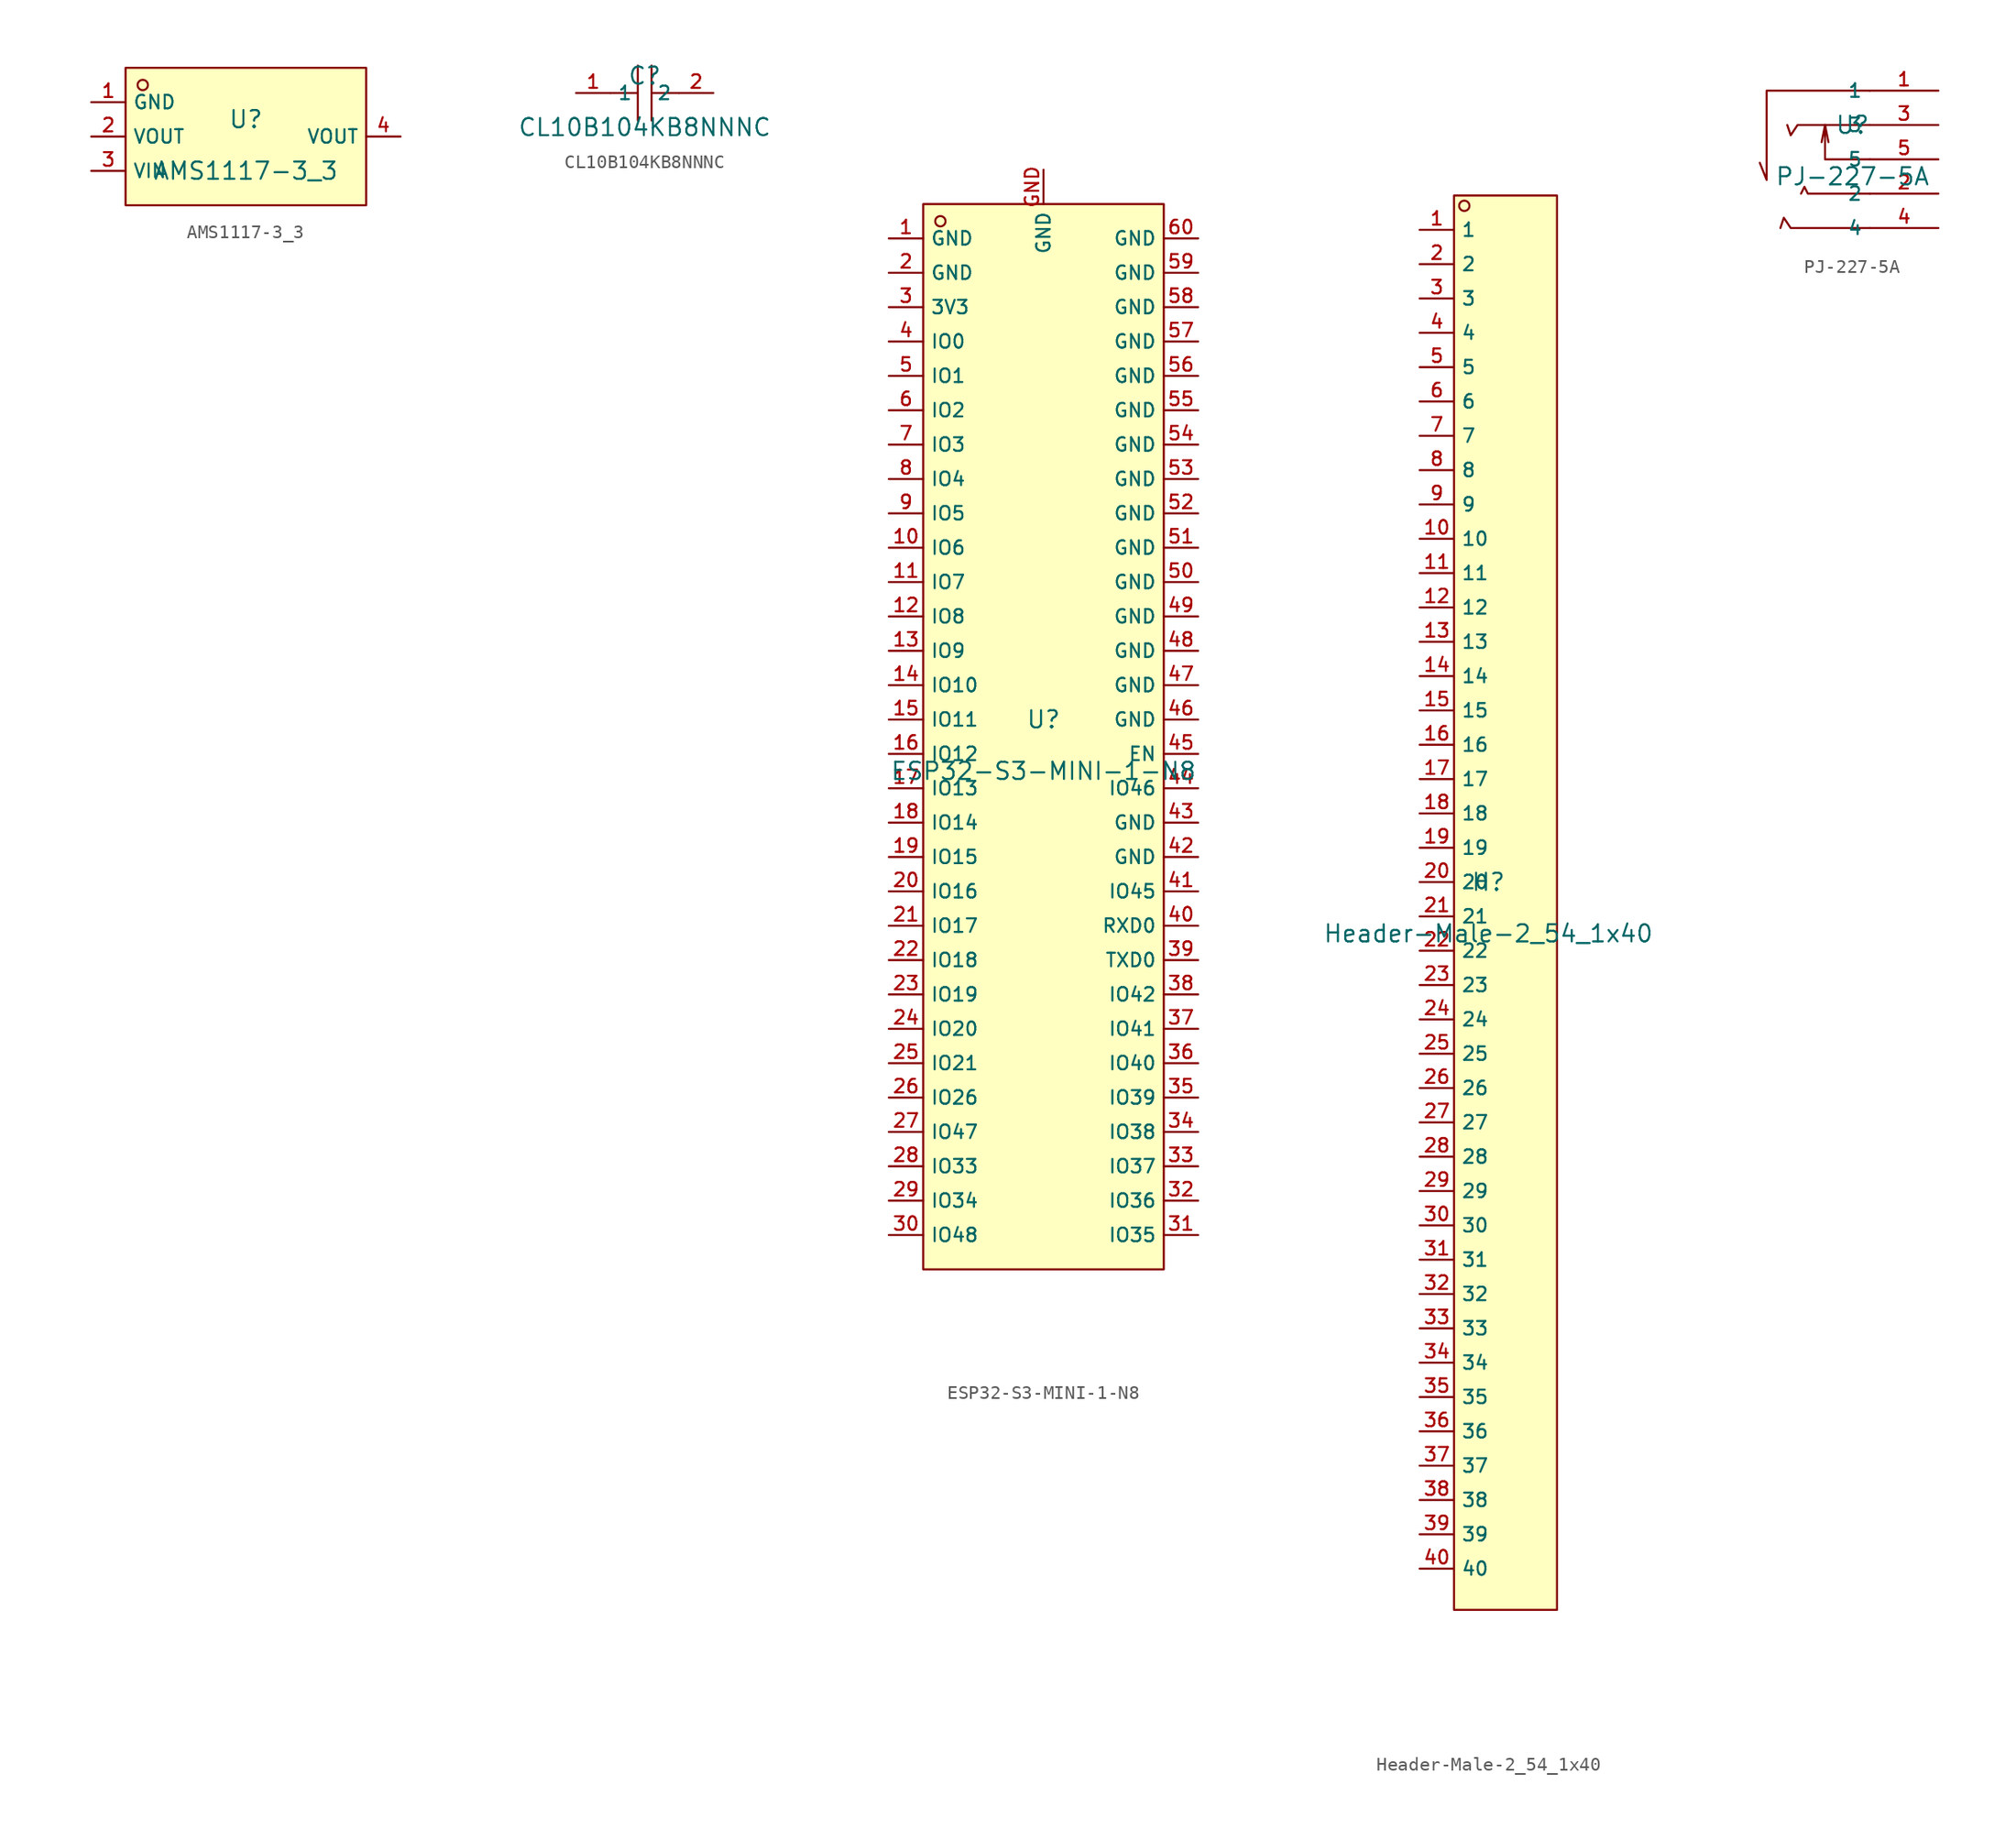
<source format=kicad_sym>
(kicad_symbol_lib
  (version 20210201)
  (generator TousstNicolas/JLC2KiCad_lib)
  (symbol "AMS1117-3_3"
    (property "Reference" "U"
      (at 0 1.27 0)
      (effects (font (size 1.27 1.27))))
    (property "Value" "AMS1117-3_3"
      (at 0 -2.54 0)
      (effects (font (size 1.27 1.27))))
    (symbol "AMS1117-3_3_0_1"
      (rectangle (start -8.89 5.08) (end 8.89 -5.08) (stroke (width 0) (type default) (color 0 0 0 0)) (fill (type background)))
      (circle (center -7.62 3.81) (radius 0.381) (stroke (width 0) (type default) (color 0 0 0 0)) (fill (type background)))
      (pin unspecified line (at -11.43 2.54 0) (length 2.54) (name "GND" (effects (font (size 1 1)))) (number "1" (effects (font (size 1 1)))))
      (pin unspecified line (at -11.43 -0.0 0) (length 2.54) (name "VOUT" (effects (font (size 1 1)))) (number "2" (effects (font (size 1 1)))))
      (pin unspecified line (at -11.43 -2.54 0) (length 2.54) (name "VIN" (effects (font (size 1 1)))) (number "3" (effects (font (size 1 1)))))
      (pin unspecified line (at 11.43 -0.0 180) (length 2.54) (name "VOUT" (effects (font (size 1 1)))) (number "4" (effects (font (size 1 1)))))))
  (symbol "CL10B104KB8NNNC"
    (property "Reference" "C"
      (at 0 1.27 0)
      (effects (font (size 1.27 1.27))))
    (property "Value" "CL10B104KB8NNNC"
      (at 0 -2.54 0)
      (effects (font (size 1.27 1.27))))
    (symbol "CL10B104KB8NNNC_0_1"
      (polyline (pts (xy -0.508 -2.032) (xy -0.508 2.032)) (stroke (width 0) (type default) (color 0 0 0 0)) (fill (type none)))
      (pin unspecified line (at -5.08 -0.0 0) (length 2.54) (name "1" (effects (font (size 1 1)))) (number "1" (effects (font (size 1 1)))))
      (polyline (pts (xy 2.54 -0.0) (xy 0.508 -0.0)) (stroke (width 0) (type default) (color 0 0 0 0)) (fill (type none)))
      (polyline (pts (xy 0.508 2.032) (xy 0.508 -2.032)) (stroke (width 0) (type default) (color 0 0 0 0)) (fill (type none)))
      (pin unspecified line (at 5.08 -0.0 180) (length 2.54) (name "2" (effects (font (size 1 1)))) (number "2" (effects (font (size 1 1)))))
      (polyline (pts (xy -0.508 -0.0) (xy -2.54 -0.0)) (stroke (width 0) (type default) (color 0 0 0 0)) (fill (type none)))))
  (symbol "ESP32-S3-MINI-1-N8"
    (property "Reference" "U"
      (at 0 1.27 0)
      (effects (font (size 1.27 1.27))))
    (property "Value" "ESP32-S3-MINI-1-N8"
      (at 0 -2.54 0)
      (effects (font (size 1.27 1.27))))
    (symbol "ESP32-S3-MINI-1-N8_0_1"
      (rectangle (start -8.89 39.37) (end 8.89 -39.37) (stroke (width 0) (type default) (color 0 0 0 0)) (fill (type background)))
      (circle (center -7.62 38.1) (radius 0.381) (stroke (width 0) (type default) (color 0 0 0 0)) (fill (type background)))
      (pin unspecified line (at -11.43 36.83 0) (length 2.54) (name "GND" (effects (font (size 1 1)))) (number "1" (effects (font (size 1 1)))))
      (pin unspecified line (at -11.43 34.29 0) (length 2.54) (name "GND" (effects (font (size 1 1)))) (number "2" (effects (font (size 1 1)))))
      (pin unspecified line (at -11.43 31.75 0) (length 2.54) (name "3V3" (effects (font (size 1 1)))) (number "3" (effects (font (size 1 1)))))
      (pin unspecified line (at -11.43 29.21 0) (length 2.54) (name "IO0" (effects (font (size 1 1)))) (number "4" (effects (font (size 1 1)))))
      (pin unspecified line (at -11.43 26.67 0) (length 2.54) (name "IO1" (effects (font (size 1 1)))) (number "5" (effects (font (size 1 1)))))
      (pin unspecified line (at -11.43 24.13 0) (length 2.54) (name "IO2" (effects (font (size 1 1)))) (number "6" (effects (font (size 1 1)))))
      (pin unspecified line (at -11.43 21.59 0) (length 2.54) (name "IO3" (effects (font (size 1 1)))) (number "7" (effects (font (size 1 1)))))
      (pin unspecified line (at -11.43 19.05 0) (length 2.54) (name "IO4" (effects (font (size 1 1)))) (number "8" (effects (font (size 1 1)))))
      (pin unspecified line (at -11.43 16.51 0) (length 2.54) (name "IO5" (effects (font (size 1 1)))) (number "9" (effects (font (size 1 1)))))
      (pin unspecified line (at -11.43 13.97 0) (length 2.54) (name "IO6" (effects (font (size 1 1)))) (number "10" (effects (font (size 1 1)))))
      (pin unspecified line (at -11.43 11.43 0) (length 2.54) (name "IO7" (effects (font (size 1 1)))) (number "11" (effects (font (size 1 1)))))
      (pin unspecified line (at -11.43 8.89 0) (length 2.54) (name "IO8" (effects (font (size 1 1)))) (number "12" (effects (font (size 1 1)))))
      (pin unspecified line (at -11.43 6.35 0) (length 2.54) (name "IO9" (effects (font (size 1 1)))) (number "13" (effects (font (size 1 1)))))
      (pin unspecified line (at -11.43 3.81 0) (length 2.54) (name "IO10" (effects (font (size 1 1)))) (number "14" (effects (font (size 1 1)))))
      (pin unspecified line (at -11.43 1.27 0) (length 2.54) (name "IO11" (effects (font (size 1 1)))) (number "15" (effects (font (size 1 1)))))
      (pin unspecified line (at -11.43 -1.27 0) (length 2.54) (name "IO12" (effects (font (size 1 1)))) (number "16" (effects (font (size 1 1)))))
      (pin unspecified line (at -11.43 -3.81 0) (length 2.54) (name "IO13" (effects (font (size 1 1)))) (number "17" (effects (font (size 1 1)))))
      (pin unspecified line (at -11.43 -6.35 0) (length 2.54) (name "IO14" (effects (font (size 1 1)))) (number "18" (effects (font (size 1 1)))))
      (pin unspecified line (at -11.43 -8.89 0) (length 2.54) (name "IO15" (effects (font (size 1 1)))) (number "19" (effects (font (size 1 1)))))
      (pin unspecified line (at -11.43 -11.43 0) (length 2.54) (name "IO16" (effects (font (size 1 1)))) (number "20" (effects (font (size 1 1)))))
      (pin unspecified line (at -11.43 -13.97 0) (length 2.54) (name "IO17" (effects (font (size 1 1)))) (number "21" (effects (font (size 1 1)))))
      (pin unspecified line (at -11.43 -16.51 0) (length 2.54) (name "IO18" (effects (font (size 1 1)))) (number "22" (effects (font (size 1 1)))))
      (pin unspecified line (at -11.43 -19.05 0) (length 2.54) (name "IO19" (effects (font (size 1 1)))) (number "23" (effects (font (size 1 1)))))
      (pin unspecified line (at -11.43 -21.59 0) (length 2.54) (name "IO20" (effects (font (size 1 1)))) (number "24" (effects (font (size 1 1)))))
      (pin unspecified line (at -11.43 -24.13 0) (length 2.54) (name "IO21" (effects (font (size 1 1)))) (number "25" (effects (font (size 1 1)))))
      (pin unspecified line (at -11.43 -26.67 0) (length 2.54) (name "IO26" (effects (font (size 1 1)))) (number "26" (effects (font (size 1 1)))))
      (pin unspecified line (at -11.43 -29.21 0) (length 2.54) (name "IO47" (effects (font (size 1 1)))) (number "27" (effects (font (size 1 1)))))
      (pin unspecified line (at -11.43 -31.75 0) (length 2.54) (name "IO33" (effects (font (size 1 1)))) (number "28" (effects (font (size 1 1)))))
      (pin unspecified line (at -11.43 -34.29 0) (length 2.54) (name "IO34" (effects (font (size 1 1)))) (number "29" (effects (font (size 1 1)))))
      (pin unspecified line (at -11.43 -36.83 0) (length 2.54) (name "IO48" (effects (font (size 1 1)))) (number "30" (effects (font (size 1 1)))))
      (pin unspecified line (at 11.43 -36.83 180) (length 2.54) (name "IO35" (effects (font (size 1 1)))) (number "31" (effects (font (size 1 1)))))
      (pin unspecified line (at 11.43 -34.29 180) (length 2.54) (name "IO36" (effects (font (size 1 1)))) (number "32" (effects (font (size 1 1)))))
      (pin unspecified line (at 11.43 -31.75 180) (length 2.54) (name "IO37" (effects (font (size 1 1)))) (number "33" (effects (font (size 1 1)))))
      (pin unspecified line (at 11.43 -29.21 180) (length 2.54) (name "IO38" (effects (font (size 1 1)))) (number "34" (effects (font (size 1 1)))))
      (pin unspecified line (at 11.43 -26.67 180) (length 2.54) (name "IO39" (effects (font (size 1 1)))) (number "35" (effects (font (size 1 1)))))
      (pin unspecified line (at 11.43 -24.13 180) (length 2.54) (name "IO40" (effects (font (size 1 1)))) (number "36" (effects (font (size 1 1)))))
      (pin unspecified line (at 11.43 -21.59 180) (length 2.54) (name "IO41" (effects (font (size 1 1)))) (number "37" (effects (font (size 1 1)))))
      (pin unspecified line (at 11.43 -19.05 180) (length 2.54) (name "IO42" (effects (font (size 1 1)))) (number "38" (effects (font (size 1 1)))))
      (pin unspecified line (at 11.43 -16.51 180) (length 2.54) (name "TXD0" (effects (font (size 1 1)))) (number "39" (effects (font (size 1 1)))))
      (pin unspecified line (at 11.43 -13.97 180) (length 2.54) (name "RXD0" (effects (font (size 1 1)))) (number "40" (effects (font (size 1 1)))))
      (pin unspecified line (at 11.43 -11.43 180) (length 2.54) (name "IO45" (effects (font (size 1 1)))) (number "41" (effects (font (size 1 1)))))
      (pin unspecified line (at 11.43 -8.89 180) (length 2.54) (name "GND" (effects (font (size 1 1)))) (number "42" (effects (font (size 1 1)))))
      (pin unspecified line (at 11.43 -6.35 180) (length 2.54) (name "GND" (effects (font (size 1 1)))) (number "43" (effects (font (size 1 1)))))
      (pin unspecified line (at 11.43 -3.81 180) (length 2.54) (name "IO46" (effects (font (size 1 1)))) (number "44" (effects (font (size 1 1)))))
      (pin unspecified line (at 11.43 -1.27 180) (length 2.54) (name "EN" (effects (font (size 1 1)))) (number "45" (effects (font (size 1 1)))))
      (pin unspecified line (at 11.43 1.27 180) (length 2.54) (name "GND" (effects (font (size 1 1)))) (number "46" (effects (font (size 1 1)))))
      (pin unspecified line (at 11.43 3.81 180) (length 2.54) (name "GND" (effects (font (size 1 1)))) (number "47" (effects (font (size 1 1)))))
      (pin unspecified line (at 11.43 6.35 180) (length 2.54) (name "GND" (effects (font (size 1 1)))) (number "48" (effects (font (size 1 1)))))
      (pin unspecified line (at 11.43 8.89 180) (length 2.54) (name "GND" (effects (font (size 1 1)))) (number "49" (effects (font (size 1 1)))))
      (pin unspecified line (at 11.43 11.43 180) (length 2.54) (name "GND" (effects (font (size 1 1)))) (number "50" (effects (font (size 1 1)))))
      (pin unspecified line (at 11.43 13.97 180) (length 2.54) (name "GND" (effects (font (size 1 1)))) (number "51" (effects (font (size 1 1)))))
      (pin unspecified line (at 11.43 16.51 180) (length 2.54) (name "GND" (effects (font (size 1 1)))) (number "52" (effects (font (size 1 1)))))
      (pin unspecified line (at 11.43 19.05 180) (length 2.54) (name "GND" (effects (font (size 1 1)))) (number "53" (effects (font (size 1 1)))))
      (pin unspecified line (at 11.43 21.59 180) (length 2.54) (name "GND" (effects (font (size 1 1)))) (number "54" (effects (font (size 1 1)))))
      (pin unspecified line (at 11.43 24.13 180) (length 2.54) (name "GND" (effects (font (size 1 1)))) (number "55" (effects (font (size 1 1)))))
      (pin unspecified line (at 11.43 26.67 180) (length 2.54) (name "GND" (effects (font (size 1 1)))) (number "56" (effects (font (size 1 1)))))
      (pin unspecified line (at 11.43 29.21 180) (length 2.54) (name "GND" (effects (font (size 1 1)))) (number "57" (effects (font (size 1 1)))))
      (pin unspecified line (at 11.43 31.75 180) (length 2.54) (name "GND" (effects (font (size 1 1)))) (number "58" (effects (font (size 1 1)))))
      (pin unspecified line (at 11.43 34.29 180) (length 2.54) (name "GND" (effects (font (size 1 1)))) (number "59" (effects (font (size 1 1)))))
      (pin unspecified line (at 11.43 36.83 180) (length 2.54) (name "GND" (effects (font (size 1 1)))) (number "60" (effects (font (size 1 1)))))
      (pin unspecified line (at 0.0 41.91 270) (length 2.54) (name "GND" (effects (font (size 1 1)))) (number "GND" (effects (font (size 1 1)))))))
  (symbol "Header-Male-2_54_1x40"
    (property "Reference" "H"
      (at 0 1.27 0)
      (effects (font (size 1.27 1.27))))
    (property "Value" "Header-Male-2_54_1x40"
      (at 0 -2.54 0)
      (effects (font (size 1.27 1.27))))
    (symbol "Header-Male-2_54_1x40_0_1"
      (rectangle (start -2.54 52.07) (end 5.08 -52.578) (stroke (width 0) (type default) (color 0 0 0 0)) (fill (type background)))
      (circle (center -1.778 51.308) (radius 0.381) (stroke (width 0) (type default) (color 0 0 0 0)) (fill (type background)))
      (pin unspecified line (at -5.08 49.53 0) (length 2.54) (name "1" (effects (font (size 1 1)))) (number "1" (effects (font (size 1 1)))))
      (pin unspecified line (at -5.08 46.99 0) (length 2.54) (name "2" (effects (font (size 1 1)))) (number "2" (effects (font (size 1 1)))))
      (pin unspecified line (at -5.08 44.45 0) (length 2.54) (name "3" (effects (font (size 1 1)))) (number "3" (effects (font (size 1 1)))))
      (pin unspecified line (at -5.08 41.91 0) (length 2.54) (name "4" (effects (font (size 1 1)))) (number "4" (effects (font (size 1 1)))))
      (pin unspecified line (at -5.08 39.37 0) (length 2.54) (name "5" (effects (font (size 1 1)))) (number "5" (effects (font (size 1 1)))))
      (pin unspecified line (at -5.08 36.83 0) (length 2.54) (name "6" (effects (font (size 1 1)))) (number "6" (effects (font (size 1 1)))))
      (pin unspecified line (at -5.08 34.29 0) (length 2.54) (name "7" (effects (font (size 1 1)))) (number "7" (effects (font (size 1 1)))))
      (pin unspecified line (at -5.08 31.75 0) (length 2.54) (name "8" (effects (font (size 1 1)))) (number "8" (effects (font (size 1 1)))))
      (pin unspecified line (at -5.08 29.21 0) (length 2.54) (name "9" (effects (font (size 1 1)))) (number "9" (effects (font (size 1 1)))))
      (pin unspecified line (at -5.08 26.67 0) (length 2.54) (name "10" (effects (font (size 1 1)))) (number "10" (effects (font (size 1 1)))))
      (pin unspecified line (at -5.08 24.13 0) (length 2.54) (name "11" (effects (font (size 1 1)))) (number "11" (effects (font (size 1 1)))))
      (pin unspecified line (at -5.08 21.59 0) (length 2.54) (name "12" (effects (font (size 1 1)))) (number "12" (effects (font (size 1 1)))))
      (pin unspecified line (at -5.08 19.05 0) (length 2.54) (name "13" (effects (font (size 1 1)))) (number "13" (effects (font (size 1 1)))))
      (pin unspecified line (at -5.08 16.51 0) (length 2.54) (name "14" (effects (font (size 1 1)))) (number "14" (effects (font (size 1 1)))))
      (pin unspecified line (at -5.08 13.97 0) (length 2.54) (name "15" (effects (font (size 1 1)))) (number "15" (effects (font (size 1 1)))))
      (pin unspecified line (at -5.08 11.43 0) (length 2.54) (name "16" (effects (font (size 1 1)))) (number "16" (effects (font (size 1 1)))))
      (pin unspecified line (at -5.08 8.89 0) (length 2.54) (name "17" (effects (font (size 1 1)))) (number "17" (effects (font (size 1 1)))))
      (pin unspecified line (at -5.08 6.35 0) (length 2.54) (name "18" (effects (font (size 1 1)))) (number "18" (effects (font (size 1 1)))))
      (pin unspecified line (at -5.08 3.81 0) (length 2.54) (name "19" (effects (font (size 1 1)))) (number "19" (effects (font (size 1 1)))))
      (pin unspecified line (at -5.08 1.27 0) (length 2.54) (name "20" (effects (font (size 1 1)))) (number "20" (effects (font (size 1 1)))))
      (pin unspecified line (at -5.08 -1.27 0) (length 2.54) (name "21" (effects (font (size 1 1)))) (number "21" (effects (font (size 1 1)))))
      (pin unspecified line (at -5.08 -3.81 0) (length 2.54) (name "22" (effects (font (size 1 1)))) (number "22" (effects (font (size 1 1)))))
      (pin unspecified line (at -5.08 -6.35 0) (length 2.54) (name "23" (effects (font (size 1 1)))) (number "23" (effects (font (size 1 1)))))
      (pin unspecified line (at -5.08 -8.89 0) (length 2.54) (name "24" (effects (font (size 1 1)))) (number "24" (effects (font (size 1 1)))))
      (pin unspecified line (at -5.08 -11.43 0) (length 2.54) (name "25" (effects (font (size 1 1)))) (number "25" (effects (font (size 1 1)))))
      (pin unspecified line (at -5.08 -13.97 0) (length 2.54) (name "26" (effects (font (size 1 1)))) (number "26" (effects (font (size 1 1)))))
      (pin unspecified line (at -5.08 -16.51 0) (length 2.54) (name "27" (effects (font (size 1 1)))) (number "27" (effects (font (size 1 1)))))
      (pin unspecified line (at -5.08 -19.05 0) (length 2.54) (name "28" (effects (font (size 1 1)))) (number "28" (effects (font (size 1 1)))))
      (pin unspecified line (at -5.08 -21.59 0) (length 2.54) (name "29" (effects (font (size 1 1)))) (number "29" (effects (font (size 1 1)))))
      (pin unspecified line (at -5.08 -24.13 0) (length 2.54) (name "30" (effects (font (size 1 1)))) (number "30" (effects (font (size 1 1)))))
      (pin unspecified line (at -5.08 -26.67 0) (length 2.54) (name "31" (effects (font (size 1 1)))) (number "31" (effects (font (size 1 1)))))
      (pin unspecified line (at -5.08 -29.21 0) (length 2.54) (name "32" (effects (font (size 1 1)))) (number "32" (effects (font (size 1 1)))))
      (pin unspecified line (at -5.08 -31.75 0) (length 2.54) (name "33" (effects (font (size 1 1)))) (number "33" (effects (font (size 1 1)))))
      (pin unspecified line (at -5.08 -34.29 0) (length 2.54) (name "34" (effects (font (size 1 1)))) (number "34" (effects (font (size 1 1)))))
      (pin unspecified line (at -5.08 -36.83 0) (length 2.54) (name "35" (effects (font (size 1 1)))) (number "35" (effects (font (size 1 1)))))
      (pin unspecified line (at -5.08 -39.37 0) (length 2.54) (name "36" (effects (font (size 1 1)))) (number "36" (effects (font (size 1 1)))))
      (pin unspecified line (at -5.08 -41.91 0) (length 2.54) (name "37" (effects (font (size 1 1)))) (number "37" (effects (font (size 1 1)))))
      (pin unspecified line (at -5.08 -44.45 0) (length 2.54) (name "38" (effects (font (size 1 1)))) (number "38" (effects (font (size 1 1)))))
      (pin unspecified line (at -5.08 -46.99 0) (length 2.54) (name "39" (effects (font (size 1 1)))) (number "39" (effects (font (size 1 1)))))
      (pin unspecified line (at -5.08 -49.53 0) (length 2.54) (name "40" (effects (font (size 1 1)))) (number "40" (effects (font (size 1 1)))))))
  (symbol "PJ-227-5A"
    (property "Reference" "U"
      (at 0 1.27 0)
      (effects (font (size 1.27 1.27))))
    (property "Value" "PJ-227-5A"
      (at 0 -2.54 0)
      (effects (font (size 1.27 1.27))))
    (symbol "PJ-227-5A_0_1"
      (polyline (pts (xy 1.27 3.81) (xy -6.35 3.81) (xy -6.35 -2.794) (xy -6.858 -1.524) (xy -6.858 -1.524)) (stroke (width 0) (type default) (color 0 0 0 0)) (fill (type none)))
      (polyline (pts (xy 1.27 1.27) (xy -4.064 1.27) (xy -4.572 0.508) (xy -4.826 1.27)) (stroke (width 0) (type default) (color 0 0 0 0)) (fill (type none)))
      (polyline (pts (xy 1.27 -3.81) (xy -3.302 -3.81) (xy -3.556 -3.302) (xy -3.81 -3.81)) (stroke (width 0) (type default) (color 0 0 0 0)) (fill (type none)))
      (polyline (pts (xy 1.27 -6.35) (xy -4.572 -6.35) (xy -5.08 -5.588) (xy -5.334 -6.35)) (stroke (width 0) (type default) (color 0 0 0 0)) (fill (type none)))
      (pin unspecified line (at 6.35 3.81 180) (length 5.08) (name "1" (effects (font (size 1 1)))) (number "1" (effects (font (size 1 1)))))
      (pin unspecified line (at 6.35 -3.81 180) (length 5.08) (name "2" (effects (font (size 1 1)))) (number "2" (effects (font (size 1 1)))))
      (pin unspecified line (at 6.35 1.27 180) (length 5.08) (name "3" (effects (font (size 1 1)))) (number "3" (effects (font (size 1 1)))))
      (pin unspecified line (at 6.35 -6.35 180) (length 5.08) (name "4" (effects (font (size 1 1)))) (number "4" (effects (font (size 1 1)))))
      (polyline (pts (xy 1.27 -1.27) (xy -2.032 -1.27) (xy -2.032 1.27) (xy -2.286 -0.0)) (stroke (width 0) (type default) (color 0 0 0 0)) (fill (type none)))
      (polyline (pts (xy -2.032 1.27) (xy -1.778 -0.0)) (stroke (width 0) (type default) (color 0 0 0 0)) (fill (type none)))
      (pin unspecified line (at 6.35 -1.27 180) (length 5.08) (name "5" (effects (font (size 1 1)))) (number "5" (effects (font (size 1 1))))))))
</source>
